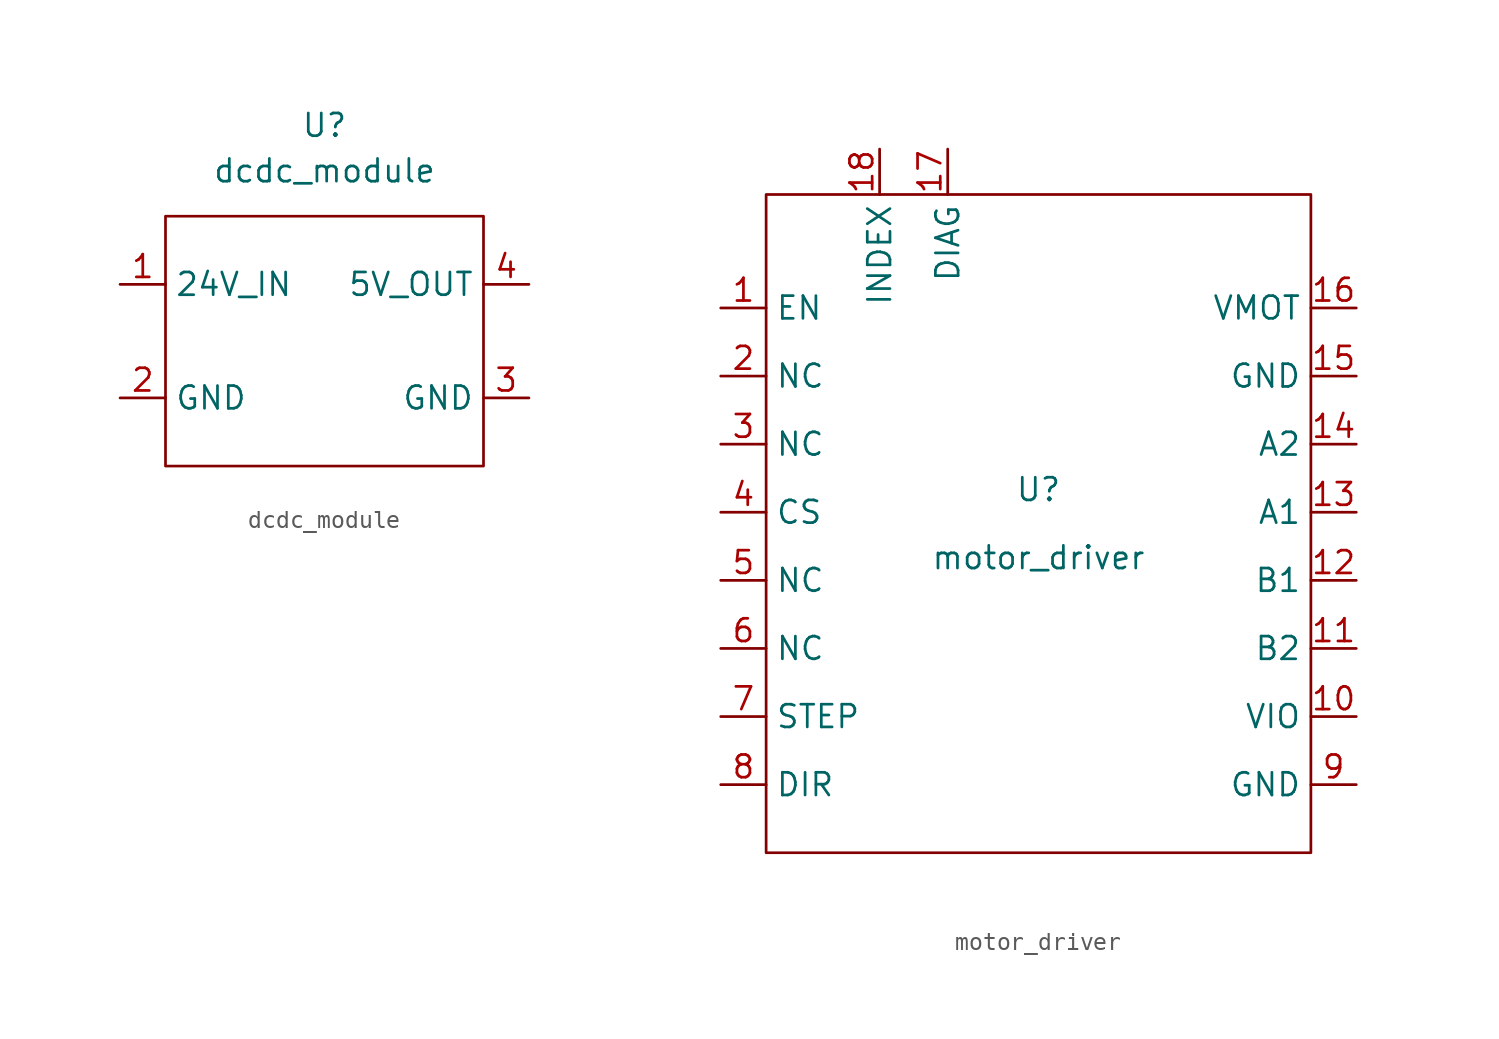
<source format=kicad_sym>
(kicad_symbol_lib
  (version 20211014)
  (generator kicad_symbol_editor)
  (symbol "dcdc_module"
    (property "Reference" "U"
      (at 0 10.16 0)
      (effects (font (size 1.27 1.27))))
    (property "Value" "dcdc_module"
      (at 0 7.62 0)
      (effects (font (size 1.27 1.27))))
    (symbol "dcdc_module_0_1"
      (rectangle (start -8.89 5.08) (end 8.89 -8.89) (stroke (width 0.152) (type default) (color 0 0 0 0)) (fill (type none))))
    (symbol "dcdc_module_1_1"
      (pin unspecified line (at -11.43 1.27 0) (length 2.54) (name "24V_IN" (effects (font (size 1.27 1.27)))) (number "1" (effects (font (size 1.27 1.27)))))
      (pin unspecified line (at -11.43 -5.08 0) (length 2.54) (name "GND" (effects (font (size 1.27 1.27)))) (number "2" (effects (font (size 1.27 1.27)))))
      (pin unspecified line (at 11.43 -5.08 180) (length 2.54) (name "GND" (effects (font (size 1.27 1.27)))) (number "3" (effects (font (size 1.27 1.27)))))
      (pin unspecified line (at 11.43 1.27 180) (length 2.54) (name "5V_OUT" (effects (font (size 1.27 1.27)))) (number "4" (effects (font (size 1.27 1.27)))))))
  (symbol "motor_driver"
    (property "Reference" "U"
      (at 0 2.54 0)
      (effects (font (size 1.27 1.27))))
    (property "Value" "motor_driver"
      (at 0 -1.27 0)
      (effects (font (size 1.27 1.27))))
    (symbol "motor_driver_0_1"
      (rectangle (start -15.24 19.05) (end 15.24 -17.78) (stroke (width 0.152) (type default) (color 0 0 0 0)) (fill (type none))))
    (symbol "motor_driver_1_1"
      (pin unspecified line (at -17.78 12.7 0) (length 2.54) (name "EN" (effects (font (size 1.27 1.27)))) (number "1" (effects (font (size 1.27 1.27)))))
      (pin power_in line (at 17.78 -10.16 180) (length 2.54) (name "VIO" (effects (font (size 1.27 1.27)))) (number "10" (effects (font (size 1.27 1.27)))))
      (pin output line (at 17.78 -6.35 180) (length 2.54) (name "B2" (effects (font (size 1.27 1.27)))) (number "11" (effects (font (size 1.27 1.27)))))
      (pin output line (at 17.78 -2.54 180) (length 2.54) (name "B1" (effects (font (size 1.27 1.27)))) (number "12" (effects (font (size 1.27 1.27)))))
      (pin output line (at 17.78 1.27 180) (length 2.54) (name "A1" (effects (font (size 1.27 1.27)))) (number "13" (effects (font (size 1.27 1.27)))))
      (pin output line (at 17.78 5.08 180) (length 2.54) (name "A2" (effects (font (size 1.27 1.27)))) (number "14" (effects (font (size 1.27 1.27)))))
      (pin unspecified line (at 17.78 8.89 180) (length 2.54) (name "GND" (effects (font (size 1.27 1.27)))) (number "15" (effects (font (size 1.27 1.27)))))
      (pin power_in line (at 17.78 12.7 180) (length 2.54) (name "VMOT" (effects (font (size 1.27 1.27)))) (number "16" (effects (font (size 1.27 1.27)))))
      (pin unspecified line (at -5.08 21.59 270) (length 2.54) (name "DIAG" (effects (font (size 1.27 1.27)))) (number "17" (effects (font (size 1.27 1.27)))))
      (pin unspecified line (at -8.89 21.59 270) (length 2.54) (name "INDEX" (effects (font (size 1.27 1.27)))) (number "18" (effects (font (size 1.27 1.27)))))
      (pin unspecified line (at -17.78 8.89 0) (length 2.54) (name "NC" (effects (font (size 1.27 1.27)))) (number "2" (effects (font (size 1.27 1.27)))))
      (pin unspecified line (at -17.78 5.08 0) (length 2.54) (name "NC" (effects (font (size 1.27 1.27)))) (number "3" (effects (font (size 1.27 1.27)))))
      (pin unspecified line (at -17.78 1.27 0) (length 2.54) (name "CS" (effects (font (size 1.27 1.27)))) (number "4" (effects (font (size 1.27 1.27)))))
      (pin unspecified line (at -17.78 -2.54 0) (length 2.54) (name "NC" (effects (font (size 1.27 1.27)))) (number "5" (effects (font (size 1.27 1.27)))))
      (pin unspecified line (at -17.78 -6.35 0) (length 2.54) (name "NC" (effects (font (size 1.27 1.27)))) (number "6" (effects (font (size 1.27 1.27)))))
      (pin unspecified line (at -17.78 -10.16 0) (length 2.54) (name "STEP" (effects (font (size 1.27 1.27)))) (number "7" (effects (font (size 1.27 1.27)))))
      (pin unspecified line (at -17.78 -13.97 0) (length 2.54) (name "DIR" (effects (font (size 1.27 1.27)))) (number "8" (effects (font (size 1.27 1.27)))))
      (pin unspecified line (at 17.78 -13.97 180) (length 2.54) (name "GND" (effects (font (size 1.27 1.27)))) (number "9" (effects (font (size 1.27 1.27))))))))
</source>
